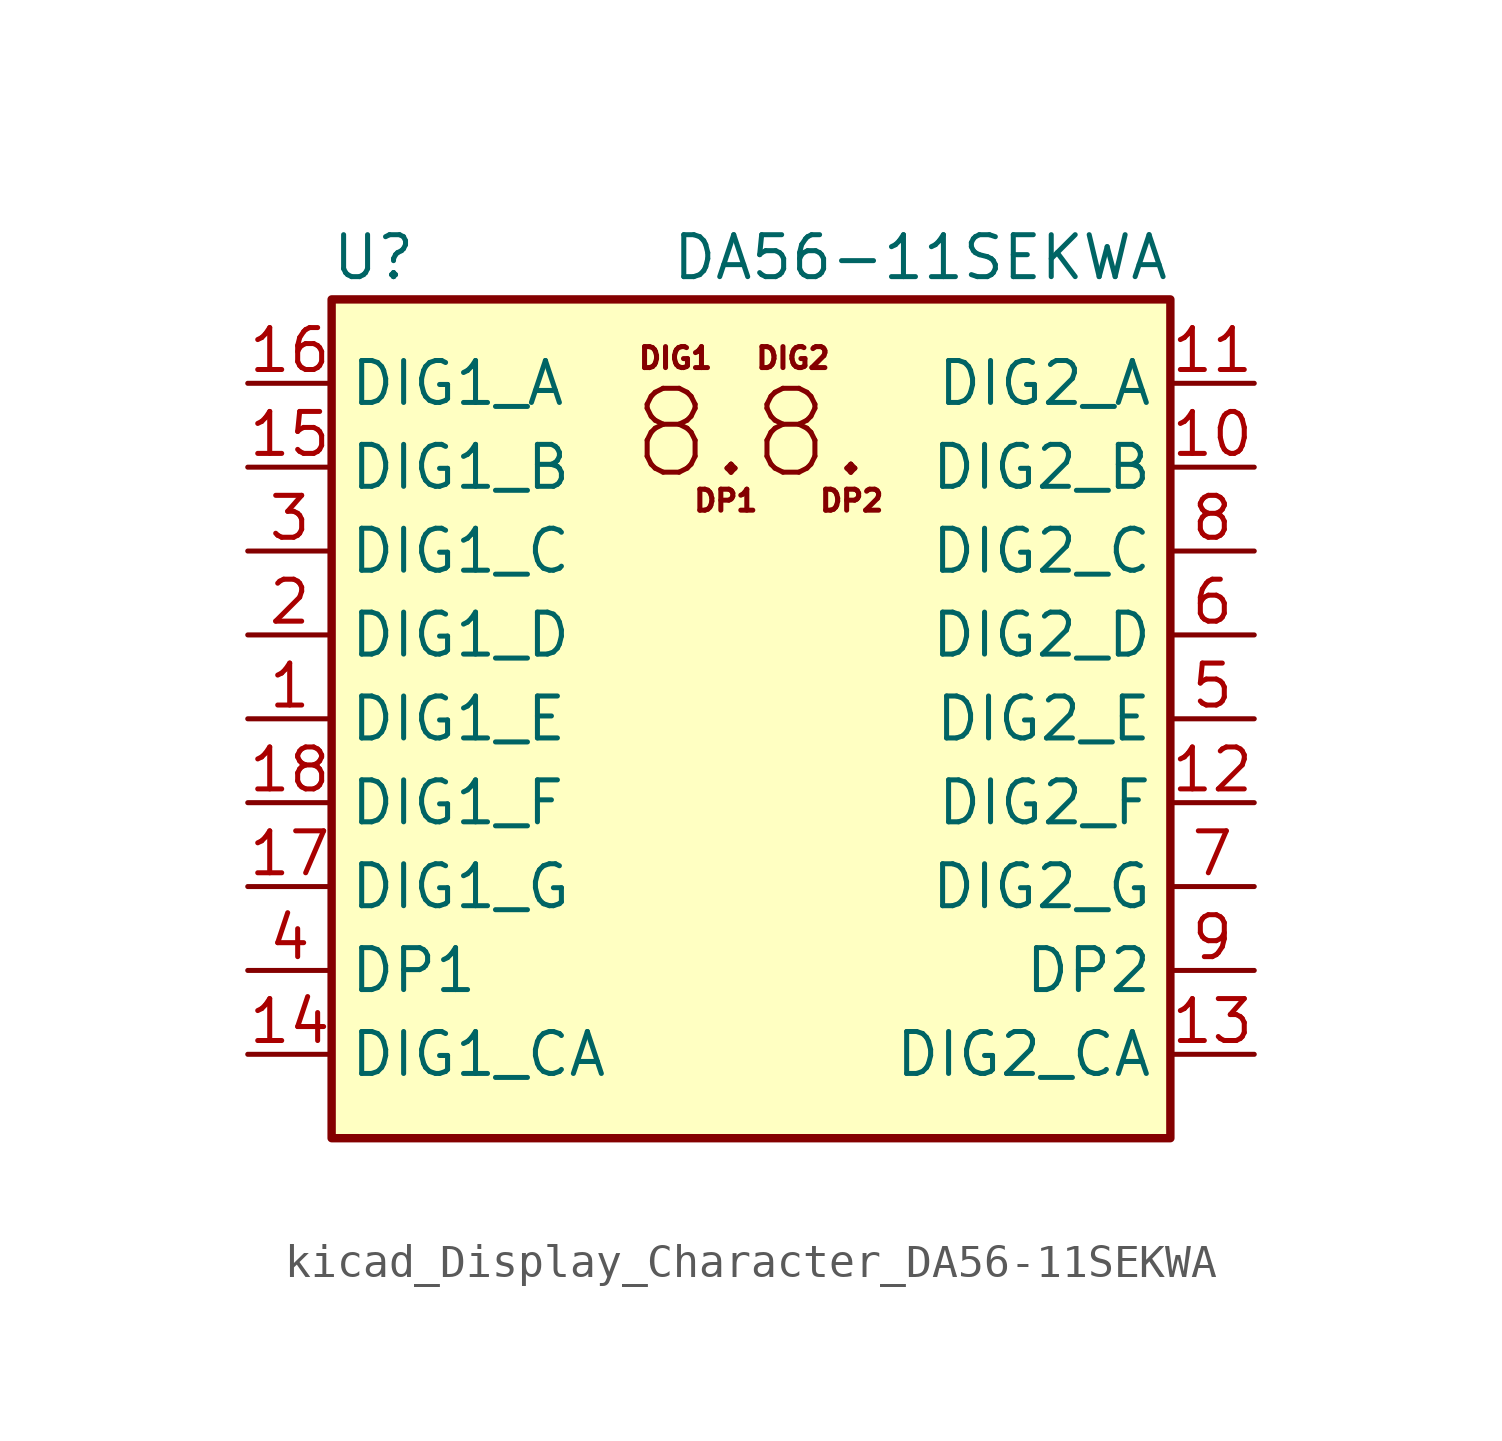
<source format=kicad_sym>
(kicad_symbol_lib
  (version 20220914)
  (generator kicad_symbol_editor)
  (symbol "kicad_Display_Character_DA56-11SEKWA"
    (property "Reference" "U"
      (at -11.43 13.97 0)
      (effects (font (size 1.27 1.27))))
    (property "Value" "DA56-11SEKWA"
      (at 12.7 13.97 0)
      (effects (font (size 1.27 1.27)) (justify right)))
    (symbol "kicad_Display_Character_DA56-11SEKWA_0_0"
      (text "8.8." (at 0 8.636 0) (effects (font (size 2.54 2.54))))
      (text "DIG1" (at -2.286 10.922 0) (effects (font (size 0.635 0.635))))
      (text "DIG2" (at 1.27 10.922 0) (effects (font (size 0.635 0.635))))
      (text "DP1" (at -0.762 6.604 0) (effects (font (size 0.635 0.635))))
      (text "DP2" (at 3.048 6.604 0) (effects (font (size 0.635 0.635)))))
    (symbol "kicad_Display_Character_DA56-11SEKWA_0_1"
      (rectangle (start -12.7 12.7) (end 12.7 -12.7) (stroke (width 0.254) (type default)) (fill (type background))))
    (symbol "kicad_Display_Character_DA56-11SEKWA_1_1"
      (pin input line (at -15.24 0 0) (length 2.54) (name "DIG1_E" (effects (font (size 1.27 1.27)))) (number "1" (effects (font (size 1.27 1.27)))))
      (pin input line (at 15.24 7.62 180) (length 2.54) (name "DIG2_B" (effects (font (size 1.27 1.27)))) (number "10" (effects (font (size 1.27 1.27)))))
      (pin input line (at 15.24 10.16 180) (length 2.54) (name "DIG2_A" (effects (font (size 1.27 1.27)))) (number "11" (effects (font (size 1.27 1.27)))))
      (pin input line (at 15.24 -2.54 180) (length 2.54) (name "DIG2_F" (effects (font (size 1.27 1.27)))) (number "12" (effects (font (size 1.27 1.27)))))
      (pin input line (at 15.24 -10.16 180) (length 2.54) (name "DIG2_CA" (effects (font (size 1.27 1.27)))) (number "13" (effects (font (size 1.27 1.27)))))
      (pin input line (at -15.24 -10.16 0) (length 2.54) (name "DIG1_CA" (effects (font (size 1.27 1.27)))) (number "14" (effects (font (size 1.27 1.27)))))
      (pin input line (at -15.24 7.62 0) (length 2.54) (name "DIG1_B" (effects (font (size 1.27 1.27)))) (number "15" (effects (font (size 1.27 1.27)))))
      (pin input line (at -15.24 10.16 0) (length 2.54) (name "DIG1_A" (effects (font (size 1.27 1.27)))) (number "16" (effects (font (size 1.27 1.27)))))
      (pin input line (at -15.24 -5.08 0) (length 2.54) (name "DIG1_G" (effects (font (size 1.27 1.27)))) (number "17" (effects (font (size 1.27 1.27)))))
      (pin input line (at -15.24 -2.54 0) (length 2.54) (name "DIG1_F" (effects (font (size 1.27 1.27)))) (number "18" (effects (font (size 1.27 1.27)))))
      (pin input line (at -15.24 2.54 0) (length 2.54) (name "DIG1_D" (effects (font (size 1.27 1.27)))) (number "2" (effects (font (size 1.27 1.27)))))
      (pin input line (at -15.24 5.08 0) (length 2.54) (name "DIG1_C" (effects (font (size 1.27 1.27)))) (number "3" (effects (font (size 1.27 1.27)))))
      (pin input line (at -15.24 -7.62 0) (length 2.54) (name "DP1" (effects (font (size 1.27 1.27)))) (number "4" (effects (font (size 1.27 1.27)))))
      (pin input line (at 15.24 0 180) (length 2.54) (name "DIG2_E" (effects (font (size 1.27 1.27)))) (number "5" (effects (font (size 1.27 1.27)))))
      (pin input line (at 15.24 2.54 180) (length 2.54) (name "DIG2_D" (effects (font (size 1.27 1.27)))) (number "6" (effects (font (size 1.27 1.27)))))
      (pin input line (at 15.24 -5.08 180) (length 2.54) (name "DIG2_G" (effects (font (size 1.27 1.27)))) (number "7" (effects (font (size 1.27 1.27)))))
      (pin input line (at 15.24 5.08 180) (length 2.54) (name "DIG2_C" (effects (font (size 1.27 1.27)))) (number "8" (effects (font (size 1.27 1.27)))))
      (pin input line (at 15.24 -7.62 180) (length 2.54) (name "DP2" (effects (font (size 1.27 1.27)))) (number "9" (effects (font (size 1.27 1.27))))))))
</source>
